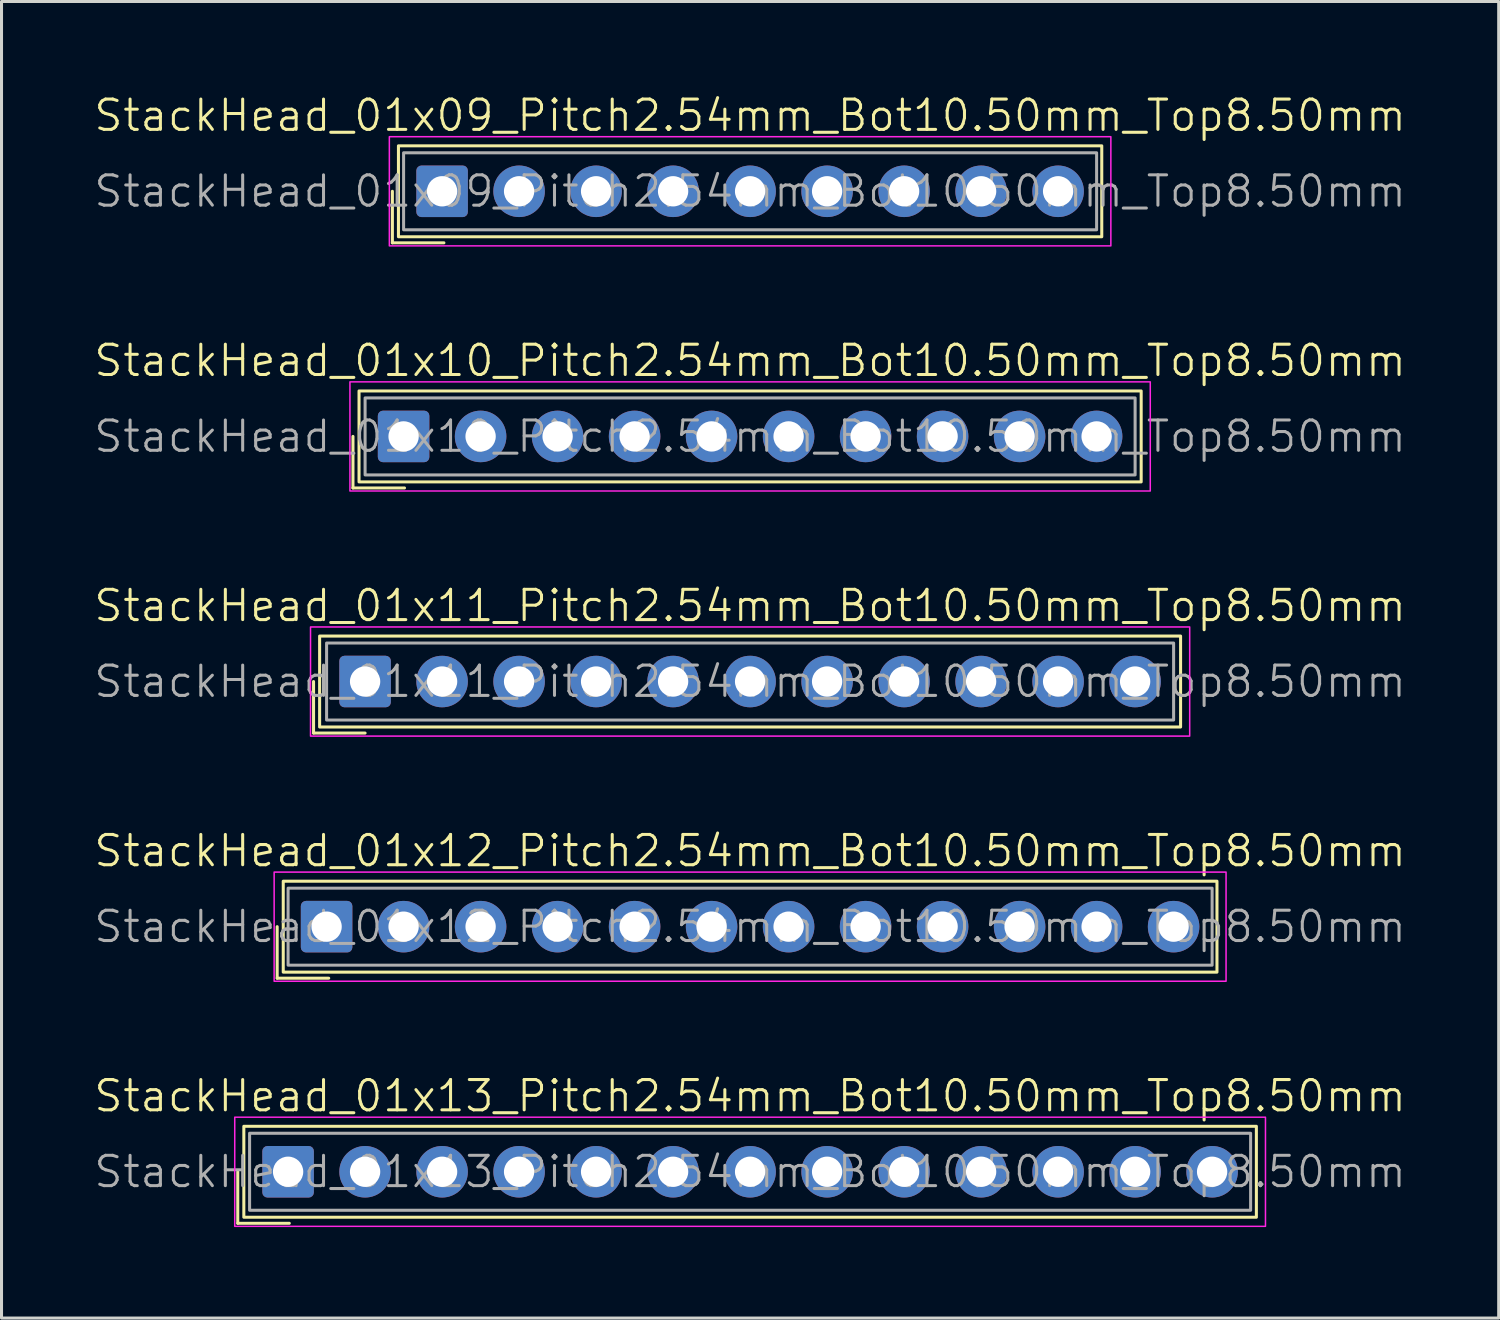
<source format=kicad_pcb>
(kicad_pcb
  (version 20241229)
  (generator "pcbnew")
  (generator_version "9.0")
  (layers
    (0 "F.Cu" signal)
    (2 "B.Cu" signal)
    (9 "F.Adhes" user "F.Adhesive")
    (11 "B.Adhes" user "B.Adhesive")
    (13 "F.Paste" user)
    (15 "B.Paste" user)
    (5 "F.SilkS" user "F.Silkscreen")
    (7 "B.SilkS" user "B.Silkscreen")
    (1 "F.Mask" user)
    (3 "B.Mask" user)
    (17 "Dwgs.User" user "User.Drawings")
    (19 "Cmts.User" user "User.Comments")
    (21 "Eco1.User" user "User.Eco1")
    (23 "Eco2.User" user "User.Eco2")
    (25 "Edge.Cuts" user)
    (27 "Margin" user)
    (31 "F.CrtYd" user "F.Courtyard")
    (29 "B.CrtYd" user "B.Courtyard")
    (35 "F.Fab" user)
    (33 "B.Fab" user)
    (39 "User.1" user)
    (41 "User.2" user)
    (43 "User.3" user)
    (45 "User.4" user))
  (footprint "StackHead_01x09_Pitch2.54mm_Bot10.50mm_Top8.50mm"
    (layer "F.Cu")
    (at 21.693 3.26)
    (property "Reference" "StackHead_01x09_Pitch2.54mm_Bot10.50mm_Top8.50mm" (at 0 -2.5 0) (unlocked yes) (layer "F.SilkS") (effects (font (size 1 1) (thickness 0.1))))
    (attr through_hole)
    (fp_line (start -11.8 0) (end -11.8 1.7) (stroke (width 0.1) (type default)) (layer "F.SilkS"))
    (fp_line (start -11.8 1.7) (end -10.1 1.7) (stroke (width 0.1) (type default)) (layer "F.SilkS"))
    (fp_rect (start -11.6 -1.5) (end 11.6 1.5) (stroke (width 0.1) (type default)) (fill no) (layer "F.SilkS"))
    (fp_rect (start -11.9 1.8) (end 11.9 -1.8) (stroke (width 0.05) (type default)) (fill no) (layer "F.CrtYd"))
    (fp_rect (start -11.43 -1.27) (end 11.43 1.27) (stroke (width 0.1) (type default)) (fill no) (layer "F.Fab"))
    (fp_text user "${REFERENCE}" (at 0 0 0) (unlocked yes) (layer "F.Fab") (effects (font (size 1 1) (thickness 0.1))))
    (pad "1" thru_hole roundrect (at -10.16 0) (size 1.7 1.7) (drill 1) (layers "*.Cu" "*.Mask") (roundrect_rratio 0.1))
    (pad "2" thru_hole circle (at -7.62 0) (size 1.7 1.7) (drill 1) (layers "*.Cu" "*.Mask"))
    (pad "3" thru_hole circle (at -5.08 0) (size 1.7 1.7) (drill 1) (layers "*.Cu" "*.Mask"))
    (pad "4" thru_hole circle (at -2.54 0) (size 1.7 1.7) (drill 1) (layers "*.Cu" "*.Mask"))
    (pad "5" thru_hole circle (at 0 0) (size 1.7 1.7) (drill 1) (layers "*.Cu" "*.Mask"))
    (pad "6" thru_hole circle (at 2.54 0) (size 1.7 1.7) (drill 1) (layers "*.Cu" "*.Mask"))
    (pad "7" thru_hole circle (at 5.08 0) (size 1.7 1.7) (drill 1) (layers "*.Cu" "*.Mask"))
    (pad "8" thru_hole circle (at 7.62 0) (size 1.7 1.7) (drill 1) (layers "*.Cu" "*.Mask"))
    (pad "9" thru_hole circle (at 10.16 0) (size 1.7 1.7) (drill 1) (layers "*.Cu" "*.Mask")))
  (footprint "StackHead_01x10_Pitch2.54mm_Bot10.50mm_Top8.50mm"
    (layer "F.Cu")
    (at 21.693 11.346)
    (property "Reference" "StackHead_01x10_Pitch2.54mm_Bot10.50mm_Top8.50mm" (at 0 -2.5 0) (unlocked yes) (layer "F.SilkS") (effects (font (size 1 1) (thickness 0.1))))
    (attr through_hole)
    (fp_line (start -13.1 0) (end -13.1 1.7) (stroke (width 0.1) (type default)) (layer "F.SilkS"))
    (fp_line (start -13.1 1.7) (end -11.4 1.7) (stroke (width 0.1) (type default)) (layer "F.SilkS"))
    (fp_rect (start -12.9 -1.5) (end 12.9 1.5) (stroke (width 0.1) (type default)) (fill no) (layer "F.SilkS"))
    (fp_rect (start -13.2 1.8) (end 13.2 -1.8) (stroke (width 0.05) (type default)) (fill no) (layer "F.CrtYd"))
    (fp_rect (start -12.7 -1.27) (end 12.7 1.27) (stroke (width 0.1) (type default)) (fill no) (layer "F.Fab"))
    (fp_text user "${REFERENCE}" (at 0 0 0) (unlocked yes) (layer "F.Fab") (effects (font (size 1 1) (thickness 0.1))))
    (pad "1" thru_hole roundrect (at -11.43 0) (size 1.7 1.7) (drill 1) (layers "*.Cu" "*.Mask") (roundrect_rratio 0.1))
    (pad "2" thru_hole circle (at -8.89 0) (size 1.7 1.7) (drill 1) (layers "*.Cu" "*.Mask"))
    (pad "3" thru_hole circle (at -6.35 0) (size 1.7 1.7) (drill 1) (layers "*.Cu" "*.Mask"))
    (pad "4" thru_hole circle (at -3.81 0) (size 1.7 1.7) (drill 1) (layers "*.Cu" "*.Mask"))
    (pad "5" thru_hole circle (at -1.27 0) (size 1.7 1.7) (drill 1) (layers "*.Cu" "*.Mask"))
    (pad "6" thru_hole circle (at 1.27 0) (size 1.7 1.7) (drill 1) (layers "*.Cu" "*.Mask"))
    (pad "7" thru_hole circle (at 3.81 0) (size 1.7 1.7) (drill 1) (layers "*.Cu" "*.Mask"))
    (pad "8" thru_hole circle (at 6.35 0) (size 1.7 1.7) (drill 1) (layers "*.Cu" "*.Mask"))
    (pad "9" thru_hole circle (at 8.89 0) (size 1.7 1.7) (drill 1) (layers "*.Cu" "*.Mask"))
    (pad "10" thru_hole circle (at 11.43 0) (size 1.7 1.7) (drill 1) (layers "*.Cu" "*.Mask")))
  (footprint "StackHead_01x11_Pitch2.54mm_Bot10.50mm_Top8.50mm"
    (layer "F.Cu")
    (at 21.693 19.431)
    (property "Reference" "StackHead_01x11_Pitch2.54mm_Bot10.50mm_Top8.50mm" (at 0 -2.5 0) (unlocked yes) (layer "F.SilkS") (effects (font (size 1 1) (thickness 0.1))))
    (attr through_hole)
    (fp_line (start -14.4 0) (end -14.4 1.7) (stroke (width 0.1) (type default)) (layer "F.SilkS"))
    (fp_line (start -14.4 1.7) (end -12.7 1.7) (stroke (width 0.1) (type default)) (layer "F.SilkS"))
    (fp_rect (start -14.2 -1.5) (end 14.2 1.5) (stroke (width 0.1) (type default)) (fill no) (layer "F.SilkS"))
    (fp_rect (start -14.5 1.8) (end 14.5 -1.8) (stroke (width 0.05) (type default)) (fill no) (layer "F.CrtYd"))
    (fp_rect (start -13.97 -1.27) (end 13.97 1.27) (stroke (width 0.1) (type default)) (fill no) (layer "F.Fab"))
    (fp_text user "${REFERENCE}" (at 0 0 0) (unlocked yes) (layer "F.Fab") (effects (font (size 1 1) (thickness 0.1))))
    (pad "1" thru_hole roundrect (at -12.7 0) (size 1.7 1.7) (drill 1) (layers "*.Cu" "*.Mask") (roundrect_rratio 0.1))
    (pad "2" thru_hole circle (at -10.16 0) (size 1.7 1.7) (drill 1) (layers "*.Cu" "*.Mask"))
    (pad "3" thru_hole circle (at -7.62 0) (size 1.7 1.7) (drill 1) (layers "*.Cu" "*.Mask"))
    (pad "4" thru_hole circle (at -5.08 0) (size 1.7 1.7) (drill 1) (layers "*.Cu" "*.Mask"))
    (pad "5" thru_hole circle (at -2.54 0) (size 1.7 1.7) (drill 1) (layers "*.Cu" "*.Mask"))
    (pad "6" thru_hole circle (at 0 0) (size 1.7 1.7) (drill 1) (layers "*.Cu" "*.Mask"))
    (pad "7" thru_hole circle (at 2.54 0) (size 1.7 1.7) (drill 1) (layers "*.Cu" "*.Mask"))
    (pad "8" thru_hole circle (at 5.08 0) (size 1.7 1.7) (drill 1) (layers "*.Cu" "*.Mask"))
    (pad "9" thru_hole circle (at 7.62 0) (size 1.7 1.7) (drill 1) (layers "*.Cu" "*.Mask"))
    (pad "10" thru_hole circle (at 10.16 0) (size 1.7 1.7) (drill 1) (layers "*.Cu" "*.Mask"))
    (pad "11" thru_hole circle (at 12.7 0) (size 1.7 1.7) (drill 1) (layers "*.Cu" "*.Mask")))
  (footprint "StackHead_01x13_Pitch2.54mm_Bot10.50mm_Top8.50mm"
    (layer "F.Cu")
    (at 21.693 35.602)
    (property "Reference" "StackHead_01x13_Pitch2.54mm_Bot10.50mm_Top8.50mm" (at 0 -2.5 0) (unlocked yes) (layer "F.SilkS") (effects (font (size 1 1) (thickness 0.1))))
    (attr through_hole)
    (fp_line (start -16.9 0) (end -16.9 1.7) (stroke (width 0.1) (type default)) (layer "F.SilkS"))
    (fp_line (start -16.9 1.7) (end -15.2 1.7) (stroke (width 0.1) (type default)) (layer "F.SilkS"))
    (fp_rect (start -16.7 -1.5) (end 16.7 1.5) (stroke (width 0.1) (type default)) (fill no) (layer "F.SilkS"))
    (fp_rect (start -17 1.8) (end 17 -1.8) (stroke (width 0.05) (type default)) (fill no) (layer "F.CrtYd"))
    (fp_rect (start -16.51 -1.27) (end 16.51 1.27) (stroke (width 0.1) (type default)) (fill no) (layer "F.Fab"))
    (fp_text user "${REFERENCE}" (at 0 0 0) (unlocked yes) (layer "F.Fab") (effects (font (size 1 1) (thickness 0.1))))
    (pad "1" thru_hole roundrect (at -15.24 0) (size 1.7 1.7) (drill 1) (layers "*.Cu" "*.Mask") (roundrect_rratio 0.1))
    (pad "2" thru_hole circle (at -12.7 0) (size 1.7 1.7) (drill 1) (layers "*.Cu" "*.Mask"))
    (pad "3" thru_hole circle (at -10.16 0) (size 1.7 1.7) (drill 1) (layers "*.Cu" "*.Mask"))
    (pad "4" thru_hole circle (at -7.62 0) (size 1.7 1.7) (drill 1) (layers "*.Cu" "*.Mask"))
    (pad "5" thru_hole circle (at -5.08 0) (size 1.7 1.7) (drill 1) (layers "*.Cu" "*.Mask"))
    (pad "6" thru_hole circle (at -2.54 0) (size 1.7 1.7) (drill 1) (layers "*.Cu" "*.Mask"))
    (pad "7" thru_hole circle (at 0 0) (size 1.7 1.7) (drill 1) (layers "*.Cu" "*.Mask"))
    (pad "8" thru_hole circle (at 2.54 0) (size 1.7 1.7) (drill 1) (layers "*.Cu" "*.Mask"))
    (pad "9" thru_hole circle (at 5.08 0) (size 1.7 1.7) (drill 1) (layers "*.Cu" "*.Mask"))
    (pad "10" thru_hole circle (at 7.62 0) (size 1.7 1.7) (drill 1) (layers "*.Cu" "*.Mask"))
    (pad "11" thru_hole circle (at 10.16 0) (size 1.7 1.7) (drill 1) (layers "*.Cu" "*.Mask"))
    (pad "12" thru_hole circle (at 12.7 0) (size 1.7 1.7) (drill 1) (layers "*.Cu" "*.Mask"))
    (pad "13" thru_hole circle (at 15.24 0) (size 1.7 1.7) (drill 1) (layers "*.Cu" "*.Mask")))
  (footprint "StackHead_01x12_Pitch2.54mm_Bot10.50mm_Top8.50mm"
    (layer "F.Cu")
    (at 21.693 27.517)
    (property "Reference" "StackHead_01x12_Pitch2.54mm_Bot10.50mm_Top8.50mm" (at 0 -2.5 0) (unlocked yes) (layer "F.SilkS") (effects (font (size 1 1) (thickness 0.1))))
    (attr through_hole)
    (fp_line (start -15.6 0) (end -15.6 1.7) (stroke (width 0.1) (type default)) (layer "F.SilkS"))
    (fp_line (start -15.6 1.7) (end -13.9 1.7) (stroke (width 0.1) (type default)) (layer "F.SilkS"))
    (fp_rect (start -15.4 -1.5) (end 15.4 1.5) (stroke (width 0.1) (type default)) (fill no) (layer "F.SilkS"))
    (fp_rect (start -15.7 1.8) (end 15.7 -1.8) (stroke (width 0.05) (type default)) (fill no) (layer "F.CrtYd"))
    (fp_rect (start -15.24 -1.27) (end 15.24 1.27) (stroke (width 0.1) (type default)) (fill no) (layer "F.Fab"))
    (fp_text user "${REFERENCE}" (at 0 0 0) (unlocked yes) (layer "F.Fab") (effects (font (size 1 1) (thickness 0.1))))
    (pad "1" thru_hole roundrect (at -13.97 0) (size 1.7 1.7) (drill 1) (layers "*.Cu" "*.Mask") (roundrect_rratio 0.1))
    (pad "2" thru_hole circle (at -11.43 0) (size 1.7 1.7) (drill 1) (layers "*.Cu" "*.Mask"))
    (pad "3" thru_hole circle (at -8.89 0) (size 1.7 1.7) (drill 1) (layers "*.Cu" "*.Mask"))
    (pad "4" thru_hole circle (at -6.35 0) (size 1.7 1.7) (drill 1) (layers "*.Cu" "*.Mask"))
    (pad "5" thru_hole circle (at -3.81 0) (size 1.7 1.7) (drill 1) (layers "*.Cu" "*.Mask"))
    (pad "6" thru_hole circle (at -1.27 0) (size 1.7 1.7) (drill 1) (layers "*.Cu" "*.Mask"))
    (pad "7" thru_hole circle (at 1.27 0) (size 1.7 1.7) (drill 1) (layers "*.Cu" "*.Mask"))
    (pad "8" thru_hole circle (at 3.81 0) (size 1.7 1.7) (drill 1) (layers "*.Cu" "*.Mask"))
    (pad "9" thru_hole circle (at 6.35 0) (size 1.7 1.7) (drill 1) (layers "*.Cu" "*.Mask"))
    (pad "10" thru_hole circle (at 8.89 0) (size 1.7 1.7) (drill 1) (layers "*.Cu" "*.Mask"))
    (pad "11" thru_hole circle (at 11.43 0) (size 1.7 1.7) (drill 1) (layers "*.Cu" "*.Mask"))
    (pad "12" thru_hole circle (at 13.97 0) (size 1.7 1.7) (drill 1) (layers "*.Cu" "*.Mask")))
  (gr_rect
    (start -3 -3)
    (end 46.386 40.428)
    (stroke (width 0.1) (type default))
    (fill no)
    (layer "Edge.Cuts")))
</source>
